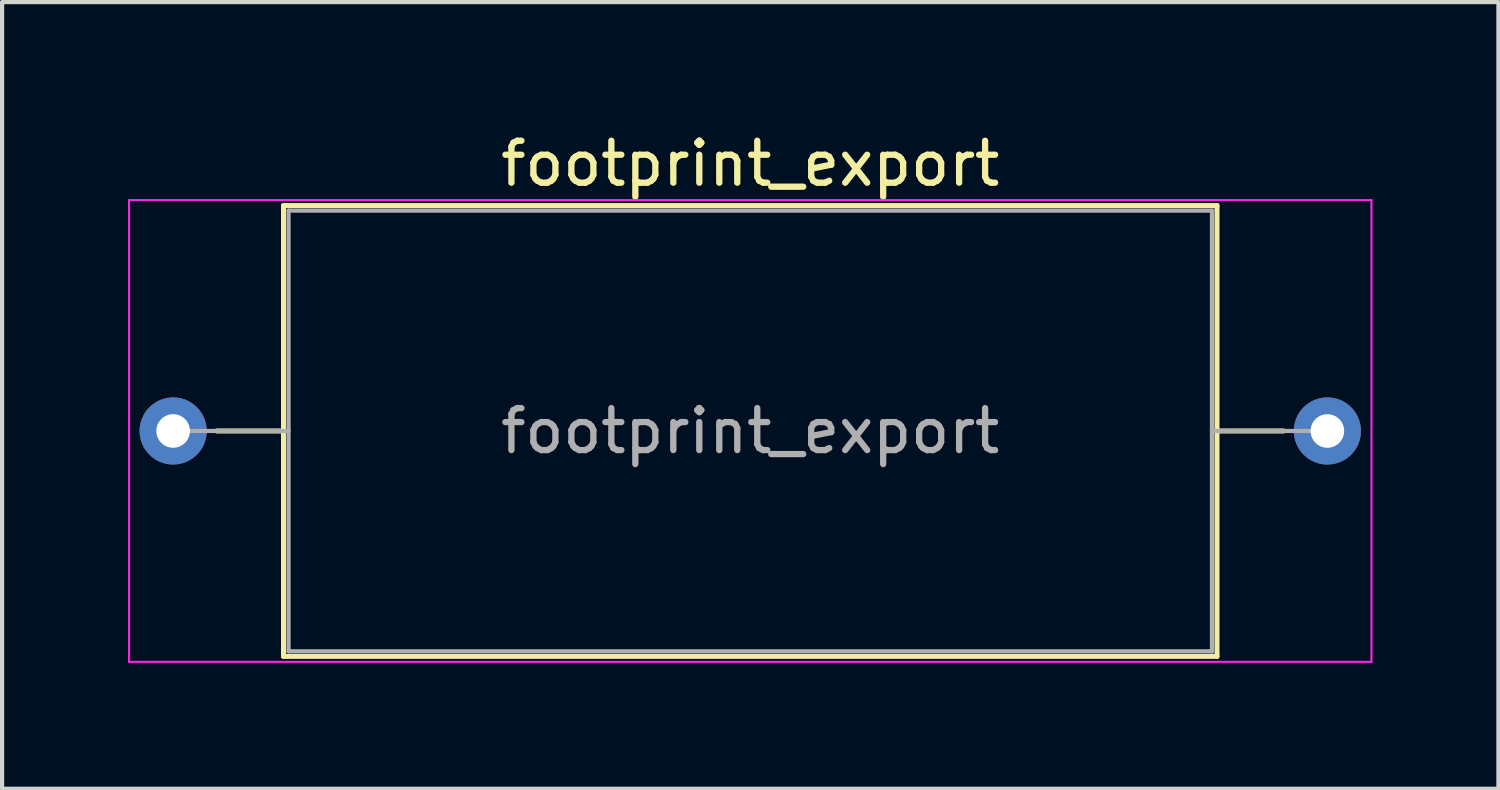
<source format=kicad_pcb>
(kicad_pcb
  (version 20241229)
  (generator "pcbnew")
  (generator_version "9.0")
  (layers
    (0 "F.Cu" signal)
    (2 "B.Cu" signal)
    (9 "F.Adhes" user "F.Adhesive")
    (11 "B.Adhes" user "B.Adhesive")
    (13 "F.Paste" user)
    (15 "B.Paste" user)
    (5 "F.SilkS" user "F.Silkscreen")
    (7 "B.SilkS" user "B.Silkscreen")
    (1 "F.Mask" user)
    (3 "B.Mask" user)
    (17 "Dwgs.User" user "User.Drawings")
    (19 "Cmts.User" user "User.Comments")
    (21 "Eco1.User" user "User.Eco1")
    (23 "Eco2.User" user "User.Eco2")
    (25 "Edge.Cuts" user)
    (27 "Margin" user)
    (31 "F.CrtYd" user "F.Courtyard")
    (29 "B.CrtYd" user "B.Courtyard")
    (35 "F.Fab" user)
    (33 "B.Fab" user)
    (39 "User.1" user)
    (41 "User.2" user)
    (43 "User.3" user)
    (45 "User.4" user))
  (footprint "footprint_export"
    (layer "F.Cu")
    (at 1.075 7.218)
    (property "Reference" "footprint_export" (at 13.75 -6.37 0) (layer "F.SilkS") (effects (font (size 1 1) (thickness 0.15))))
    (attr through_hole)
    (fp_line (start 1.04 0) (end 2.63 0) (stroke (width 0.12) (type solid)) (layer "F.SilkS"))
    (fp_line (start 2.63 -5.37) (end 2.63 5.37) (stroke (width 0.12) (type solid)) (layer "F.SilkS"))
    (fp_line (start 2.63 5.37) (end 24.87 5.37) (stroke (width 0.12) (type solid)) (layer "F.SilkS"))
    (fp_line (start 24.87 -5.37) (end 2.63 -5.37) (stroke (width 0.12) (type solid)) (layer "F.SilkS"))
    (fp_line (start 24.87 5.37) (end 24.87 -5.37) (stroke (width 0.12) (type solid)) (layer "F.SilkS"))
    (fp_line (start 26.46 0) (end 24.87 0) (stroke (width 0.12) (type solid)) (layer "F.SilkS"))
    (fp_line (start -1.05 -5.5) (end -1.05 5.5) (stroke (width 0.05) (type solid)) (layer "F.CrtYd"))
    (fp_line (start -1.05 5.5) (end 28.55 5.5) (stroke (width 0.05) (type solid)) (layer "F.CrtYd"))
    (fp_line (start 28.55 -5.5) (end -1.05 -5.5) (stroke (width 0.05) (type solid)) (layer "F.CrtYd"))
    (fp_line (start 28.55 5.5) (end 28.55 -5.5) (stroke (width 0.05) (type solid)) (layer "F.CrtYd"))
    (fp_line (start 0 0) (end 2.75 0) (stroke (width 0.1) (type solid)) (layer "F.Fab"))
    (fp_line (start 2.75 -5.25) (end 2.75 5.25) (stroke (width 0.1) (type solid)) (layer "F.Fab"))
    (fp_line (start 2.75 5.25) (end 24.75 5.25) (stroke (width 0.1) (type solid)) (layer "F.Fab"))
    (fp_line (start 24.75 -5.25) (end 2.75 -5.25) (stroke (width 0.1) (type solid)) (layer "F.Fab"))
    (fp_line (start 24.75 5.25) (end 24.75 -5.25) (stroke (width 0.1) (type solid)) (layer "F.Fab"))
    (fp_line (start 27.5 0) (end 24.75 0) (stroke (width 0.1) (type solid)) (layer "F.Fab"))
    (fp_text user "${REFERENCE}" (at 13.75 0 0) (layer "F.Fab") (effects (font (size 1 1) (thickness 0.15))))
    (pad "1" thru_hole circle (at 0 0) (size 1.6 1.6) (drill 0.8) (layers "*.Cu" "*.Mask"))
    (pad "2" thru_hole oval (at 27.5 0) (size 1.6 1.6) (drill 0.8) (layers "*.Cu" "*.Mask")))
  (gr_rect
    (start -3 -3)
    (end 32.65 15.743)
    (stroke (width 0.1) (type default))
    (fill no)
    (layer "Edge.Cuts")))
</source>
